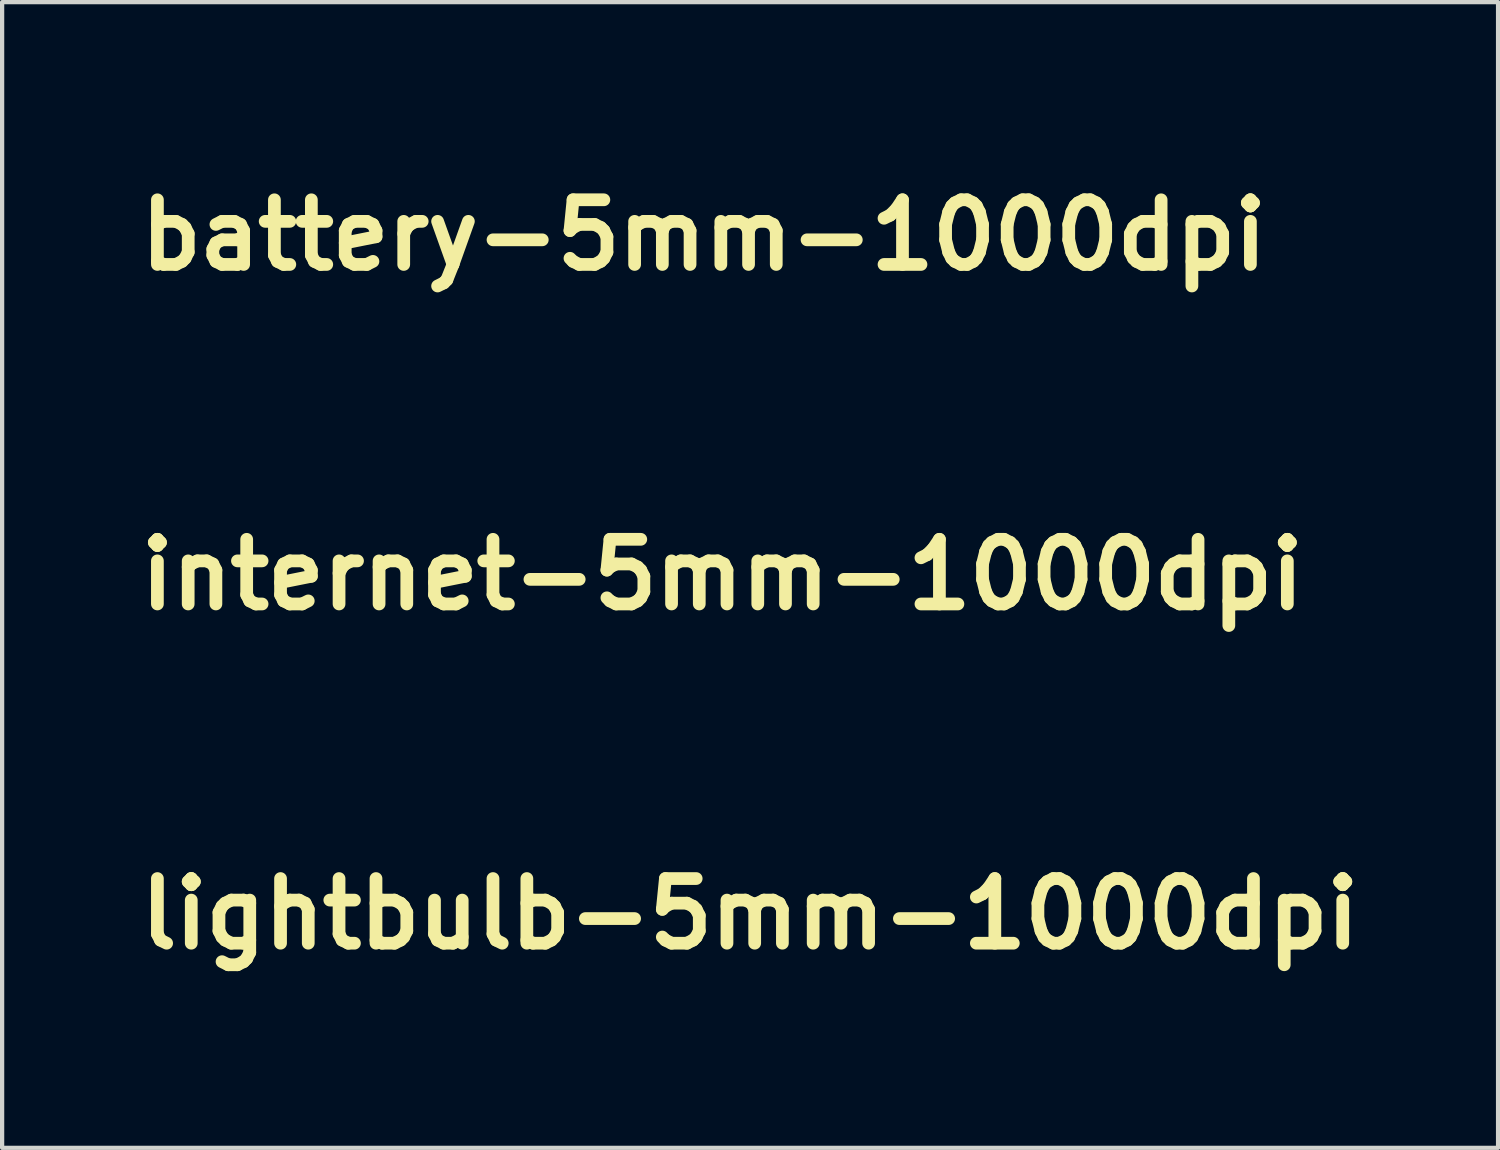
<source format=kicad_pcb>
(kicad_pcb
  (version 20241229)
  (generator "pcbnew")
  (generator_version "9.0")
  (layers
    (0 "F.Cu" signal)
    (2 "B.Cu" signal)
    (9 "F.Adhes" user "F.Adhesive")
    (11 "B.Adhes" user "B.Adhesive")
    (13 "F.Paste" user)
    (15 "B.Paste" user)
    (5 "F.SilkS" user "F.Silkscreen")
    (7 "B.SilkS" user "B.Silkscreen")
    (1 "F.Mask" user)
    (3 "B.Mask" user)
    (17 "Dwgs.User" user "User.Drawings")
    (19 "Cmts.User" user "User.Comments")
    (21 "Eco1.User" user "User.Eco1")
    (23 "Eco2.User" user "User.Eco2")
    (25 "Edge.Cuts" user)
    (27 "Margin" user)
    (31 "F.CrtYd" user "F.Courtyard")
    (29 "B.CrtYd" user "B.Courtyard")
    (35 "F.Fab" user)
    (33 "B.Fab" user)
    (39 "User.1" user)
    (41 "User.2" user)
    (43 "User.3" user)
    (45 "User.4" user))
  (footprint "lightbulb-5mm-1000dpi"
    (layer "F.Cu")
    (at 14.63 18.493)
    (property "Reference" "lightbulb-5mm-1000dpi" (at 0 0 0) (layer "F.SilkS") (effects (font (size 1.524 1.524) (thickness 0.3))))
    (attr board_only exclude_from_pos_files exclude_from_bom)
    (fp_poly (pts (xy 0.199 -2.479) (xy 0.418 -2.451) (xy 0.768 -2.365) (xy 1.096 -2.235) (xy 1.397 -2.064) (xy 1.67 -1.854) (xy 1.911 -1.609) (xy 2.118 -1.33) (xy 2.287 -1.021) (xy 2.417 -0.683) (xy 2.457 -0.539) (xy 2.481 -0.401) (xy 2.496 -0.228) (xy 2.502 -0.034) (xy 2.498 0.165) (xy 2.486 0.354) (xy 2.465 0.519) (xy 2.444 0.613) (xy 2.327 0.952) (xy 2.169 1.266) (xy 1.975 1.55) (xy 1.747 1.804) (xy 1.49 2.023) (xy 1.207 2.205) (xy 0.902 2.348) (xy 0.577 2.448) (xy 0.238 2.502) (xy -0.01 2.512) (xy -0.145 2.507) (xy -0.29 2.495) (xy -0.417 2.478) (xy -0.434 2.475) (xy -0.772 2.389) (xy -1.088 2.26) (xy -1.379 2.091) (xy -1.643 1.886) (xy -1.877 1.648) (xy -1.973 1.52) (xy -0.377 1.52) (xy -0.376 1.57) (xy -0.363 1.632) (xy -0.331 1.676) (xy -0.273 1.704) (xy -0.182 1.72) (xy -0.051 1.726) (xy 0.013 1.726) (xy 0.146 1.723) (xy 0.253 1.713) (xy 0.321 1.698) (xy 0.33 1.694) (xy 0.379 1.653) (xy 0.4 1.583) (xy 0.401 1.57) (xy 0.4 1.504) (xy 0.379 1.457) (xy 0.331 1.426) (xy 0.25 1.407) (xy 0.13 1.399) (xy 0.013 1.397) (xy -0.14 1.4) (xy -0.249 1.411) (xy -0.321 1.433) (xy -0.361 1.468) (xy -0.377 1.52) (xy -1.973 1.52) (xy -2.077 1.382) (xy -2.218 1.132) (xy -0.537 1.132) (xy -0.503 1.205) (xy -0.483 1.224) (xy -0.457 1.241) (xy -0.421 1.253) (xy -0.368 1.262) (xy -0.289 1.267) (xy -0.177 1.269) (xy -0.024 1.27) (xy 0.013 1.27) (xy 0.175 1.269) (xy 0.295 1.267) (xy 0.38 1.263) (xy 0.437 1.255) (xy 0.476 1.244) (xy 0.503 1.228) (xy 0.508 1.224) (xy 0.556 1.157) (xy 0.562 1.078) (xy 0.528 1.005) (xy 0.508 0.986) (xy 0.482 0.969) (xy 0.446 0.957) (xy 0.393 0.948) (xy 0.315 0.943) (xy 0.203 0.941) (xy 0.049 0.94) (xy 0.013 0.94) (xy -0.15 0.94) (xy -0.269 0.943) (xy -0.354 0.947) (xy -0.412 0.955) (xy -0.45 0.966) (xy -0.478 0.982) (xy -0.483 0.986) (xy -0.53 1.053) (xy -0.537 1.132) (xy -2.218 1.132) (xy -2.24 1.092) (xy -2.365 0.78) (xy -2.404 0.623) (xy -0.54 0.623) (xy -0.523 0.692) (xy -0.495 0.737) (xy -0.475 0.755) (xy -0.448 0.768) (xy -0.407 0.777) (xy -0.344 0.783) (xy -0.25 0.786) (xy -0.12 0.787) (xy 0.013 0.787) (xy 0.178 0.787) (xy 0.299 0.785) (xy 0.385 0.782) (xy 0.443 0.776) (xy 0.481 0.766) (xy 0.505 0.752) (xy 0.52 0.737) (xy 0.555 0.674) (xy 0.565 0.623) (xy 0.555 0.554) (xy 0.518 0.511) (xy 0.448 0.489) (xy 0.34 0.483) (xy 0.178 0.483) (xy 0.178 0.152) (xy 0.178 0.016) (xy 0.181 -0.077) (xy 0.187 -0.135) (xy 0.197 -0.165) (xy 0.211 -0.177) (xy 0.22 -0.178) (xy 0.286 -0.2) (xy 0.332 -0.254) (xy 0.353 -0.326) (xy 0.344 -0.399) (xy 0.316 -0.443) (xy 0.269 -0.463) (xy 0.185 -0.478) (xy 0.08 -0.485) (xy -0.034 -0.485) (xy -0.142 -0.479) (xy -0.231 -0.466) (xy -0.285 -0.447) (xy -0.29 -0.443) (xy -0.324 -0.379) (xy -0.325 -0.305) (xy -0.297 -0.237) (xy -0.246 -0.189) (xy -0.199 -0.178) (xy -0.18 -0.174) (xy -0.167 -0.158) (xy -0.159 -0.12) (xy -0.154 -0.054) (xy -0.153 0.049) (xy -0.152 0.152) (xy -0.152 0.483) (xy -0.314 0.483) (xy -0.425 0.489) (xy -0.495 0.512) (xy -0.53 0.556) (xy -0.54 0.623) (xy -2.404 0.623) (xy -2.447 0.451) (xy -2.484 0.109) (xy -2.481 -0.125) (xy -2.445 -0.417) (xy -1.104 -0.417) (xy -1.06 -0.189) (xy -0.991 -0.013) (xy -0.911 0.129) (xy -0.827 0.235) (xy -0.744 0.304) (xy -0.665 0.333) (xy -0.595 0.319) (xy -0.548 0.274) (xy -0.518 0.22) (xy -0.513 0.168) (xy -0.537 0.106) (xy -0.593 0.023) (xy -0.611 -0.001) (xy -0.711 -0.173) (xy -0.767 -0.354) (xy -0.781 -0.538) (xy -0.755 -0.717) (xy -0.69 -0.884) (xy -0.59 -1.033) (xy -0.455 -1.155) (xy -0.287 -1.244) (xy -0.282 -1.246) (xy -0.123 -1.285) (xy 0.051 -1.293) (xy 0.221 -1.271) (xy 0.361 -1.224) (xy 0.526 -1.117) (xy 0.655 -0.98) (xy 0.746 -0.82) (xy 0.797 -0.645) (xy 0.807 -0.461) (xy 0.774 -0.275) (xy 0.697 -0.095) (xy 0.636 -0.001) (xy 0.573 0.089) (xy 0.542 0.155) (xy 0.54 0.208) (xy 0.564 0.26) (xy 0.573 0.274) (xy 0.633 0.324) (xy 0.705 0.33) (xy 0.786 0.295) (xy 0.87 0.221) (xy 0.952 0.112) (xy 1.021 -0.016) (xy 1.102 -0.233) (xy 1.136 -0.443) (xy 1.125 -0.658) (xy 1.124 -0.664) (xy 1.066 -0.889) (xy 0.97 -1.088) (xy 0.842 -1.258) (xy 0.687 -1.398) (xy 0.51 -1.506) (xy 0.318 -1.58) (xy 0.116 -1.618) (xy -0.09 -1.619) (xy -0.295 -1.581) (xy -0.493 -1.502) (xy -0.678 -1.38) (xy -0.8 -1.266) (xy -0.946 -1.073) (xy -1.046 -0.864) (xy -1.099 -0.643) (xy -1.104 -0.417) (xy -2.445 -0.417) (xy -2.438 -0.469) (xy -2.351 -0.795) (xy -2.222 -1.102) (xy -2.055 -1.385) (xy -1.855 -1.643) (xy -1.624 -1.871) (xy -1.366 -2.068) (xy -1.085 -2.231) (xy -0.785 -2.356) (xy -0.468 -2.441) (xy -0.139 -2.483)) (stroke (width 0) (type solid)) (fill yes) (layer "F.Mask")))
  (footprint "internet-5mm-1000dpi"
    (layer "F.Cu")
    (at 13.977 10.497)
    (property "Reference" "internet-5mm-1000dpi" (at 0 0 0) (layer "F.SilkS") (effects (font (size 1.524 1.524) (thickness 0.3))))
    (attr board_only exclude_from_pos_files exclude_from_bom)
    (fp_poly (pts (xy 0.434 -1.587) (xy 0.495 -1.572) (xy 0.709 -1.492) (xy 0.92 -1.37) (xy 1.117 -1.214) (xy 1.291 -1.034) (xy 1.431 -0.837) (xy 1.465 -0.775) (xy 1.536 -0.629) (xy 1.585 -0.503) (xy 1.618 -0.374) (xy 1.644 -0.221) (xy 1.649 -0.179) (xy 1.659 -0.016) (xy 1.641 0.106) (xy 1.595 0.19) (xy 1.517 0.238) (xy 1.408 0.254) (xy 1.408 0.254) (xy 1.303 0.233) (xy 1.223 0.177) (xy 1.176 0.094) (xy 1.168 0.038) (xy 1.144 -0.187) (xy 1.075 -0.404) (xy 0.965 -0.607) (xy 0.821 -0.785) (xy 0.648 -0.931) (xy 0.523 -1.005) (xy 0.295 -1.093) (xy 0.072 -1.132) (xy -0.15 -1.121) (xy -0.374 -1.06) (xy -0.472 -1.019) (xy -0.664 -0.902) (xy -0.831 -0.747) (xy -0.967 -0.562) (xy -1.068 -0.355) (xy -1.128 -0.136) (xy -1.143 0.038) (xy -1.166 0.132) (xy -1.228 0.205) (xy -1.32 0.247) (xy -1.382 0.254) (xy -1.464 0.245) (xy -1.532 0.222) (xy -1.543 0.215) (xy -1.599 0.148) (xy -1.629 0.044) (xy -1.631 -0.1) (xy -1.623 -0.183) (xy -1.565 -0.465) (xy -1.464 -0.722) (xy -1.317 -0.958) (xy -1.151 -1.15) (xy -0.93 -1.337) (xy -0.688 -1.48) (xy -0.426 -1.578) (xy -0.15 -1.629) (xy 0.138 -1.632)) (stroke (width 0) (type solid)) (fill yes) (layer "F.Mask"))
    (fp_poly (pts (xy 0.339 -2.467) (xy 0.428 -2.454) (xy 0.767 -2.37) (xy 1.085 -2.242) (xy 1.38 -2.075) (xy 1.649 -1.871) (xy 1.887 -1.634) (xy 2.092 -1.368) (xy 2.26 -1.078) (xy 2.387 -0.765) (xy 2.472 -0.435) (xy 2.506 -0.152) (xy 2.513 -0.039) (xy 2.513 0.036) (xy 2.506 0.086) (xy 2.489 0.124) (xy 2.46 0.163) (xy 2.452 0.172) (xy 2.397 0.226) (xy 2.339 0.25) (xy 2.272 0.254) (xy 2.17 0.24) (xy 2.094 0.195) (xy 2.062 0.164) (xy 2.04 0.126) (xy 2.025 0.072) (xy 2.014 -0.011) (xy 2.004 -0.115) (xy 1.953 -0.44) (xy 1.857 -0.742) (xy 1.718 -1.02) (xy 1.539 -1.27) (xy 1.323 -1.489) (xy 1.071 -1.675) (xy 0.786 -1.825) (xy 0.559 -1.909) (xy 0.47 -1.934) (xy 0.387 -1.951) (xy 0.294 -1.962) (xy 0.179 -1.967) (xy 0.029 -1.968) (xy 0.013 -1.968) (xy -0.142 -1.967) (xy -0.26 -1.962) (xy -0.354 -1.952) (xy -0.437 -1.936) (xy -0.525 -1.912) (xy -0.533 -1.909) (xy -0.842 -1.788) (xy -1.118 -1.628) (xy -1.361 -1.433) (xy -1.567 -1.206) (xy -1.735 -0.948) (xy -1.862 -0.663) (xy -1.946 -0.353) (xy -1.979 -0.115) (xy -1.99 0.002) (xy -2.001 0.081) (xy -2.017 0.132) (xy -2.04 0.168) (xy -2.068 0.195) (xy -2.148 0.241) (xy -2.247 0.254) (xy -2.327 0.247) (xy -2.382 0.219) (xy -2.423 0.176) (xy -2.464 0.108) (xy -2.485 0.017) (xy -2.489 -0.103) (xy -2.475 -0.259) (xy -2.45 -0.419) (xy -2.367 -0.754) (xy -2.238 -1.071) (xy -2.068 -1.366) (xy -1.859 -1.635) (xy -1.617 -1.875) (xy -1.343 -2.081) (xy -1.042 -2.25) (xy -0.718 -2.378) (xy -0.589 -2.415) (xy -0.377 -2.456) (xy -0.137 -2.479) (xy 0.108 -2.483)) (stroke (width 0) (type solid)) (fill yes) (layer "F.Mask"))
    (fp_poly (pts (xy 0.154 -0.722) (xy 0.327 -0.668) (xy 0.484 -0.572) (xy 0.544 -0.519) (xy 0.656 -0.374) (xy 0.726 -0.213) (xy 0.757 -0.042) (xy 0.749 0.13) (xy 0.705 0.296) (xy 0.625 0.448) (xy 0.512 0.577) (xy 0.367 0.677) (xy 0.298 0.707) (xy 0.232 0.736) (xy 0.2 0.759) (xy 0.203 0.769) (xy 0.249 0.781) (xy 0.324 0.799) (xy 0.368 0.81) (xy 0.573 0.879) (xy 0.779 0.988) (xy 0.973 1.127) (xy 1.144 1.287) (xy 1.277 1.459) (xy 1.289 1.479) (xy 1.367 1.628) (xy 1.43 1.791) (xy 1.478 1.957) (xy 1.507 2.114) (xy 1.514 2.251) (xy 1.498 2.35) (xy 1.487 2.385) (xy 1.474 2.415) (xy 1.456 2.44) (xy 1.428 2.46) (xy 1.387 2.476) (xy 1.329 2.489) (xy 1.25 2.498) (xy 1.145 2.505) (xy 1.01 2.51) (xy 0.842 2.512) (xy 0.636 2.513) (xy 0.389 2.514) (xy 0.096 2.514) (xy 0.008 2.514) (xy -0.293 2.513) (xy -0.546 2.512) (xy -0.757 2.511) (xy -0.929 2.509) (xy -1.066 2.506) (xy -1.173 2.502) (xy -1.253 2.498) (xy -1.31 2.492) (xy -1.349 2.485) (xy -1.373 2.477) (xy -1.376 2.476) (xy -1.443 2.415) (xy -1.48 2.322) (xy -1.487 2.192) (xy -1.475 2.081) (xy -1.458 2.007) (xy -0.965 2.007) (xy 0.989 2.007) (xy 0.963 1.937) (xy 0.873 1.762) (xy 0.744 1.598) (xy 0.588 1.458) (xy 0.415 1.352) (xy 0.412 1.351) (xy 0.336 1.318) (xy 0.267 1.298) (xy 0.188 1.287) (xy 0.083 1.283) (xy 0.013 1.283) (xy -0.112 1.284) (xy -0.202 1.291) (xy -0.274 1.306) (xy -0.345 1.332) (xy -0.39 1.352) (xy -0.589 1.467) (xy -0.745 1.606) (xy -0.864 1.774) (xy -0.923 1.899) (xy -0.965 2.007) (xy -1.458 2.007) (xy -1.415 1.816) (xy -1.321 1.584) (xy -1.189 1.376) (xy -1.014 1.183) (xy -1.012 1.181) (xy -0.843 1.044) (xy -0.651 0.928) (xy -0.454 0.842) (xy -0.343 0.81) (xy -0.262 0.791) (xy -0.198 0.775) (xy -0.178 0.769) (xy -0.178 0.755) (xy -0.218 0.731) (xy -0.273 0.707) (xy -0.431 0.623) (xy -0.557 0.505) (xy -0.651 0.361) (xy -0.71 0.201) (xy -0.733 0.03) (xy -0.731 0.008) (xy -0.229 0.008) (xy -0.209 0.121) (xy -0.151 0.202) (xy -0.059 0.246) (xy 0.013 0.254) (xy 0.101 0.243) (xy 0.168 0.204) (xy 0.187 0.187) (xy 0.236 0.121) (xy 0.253 0.041) (xy 0.254 0.013) (xy 0.234 -0.098) (xy 0.175 -0.177) (xy 0.081 -0.221) (xy 0.008 -0.229) (xy -0.104 -0.21) (xy -0.181 -0.154) (xy -0.222 -0.063) (xy -0.229 0.008) (xy -0.731 0.008) (xy -0.719 -0.142) (xy -0.665 -0.309) (xy -0.57 -0.461) (xy -0.519 -0.519) (xy -0.371 -0.632) (xy -0.204 -0.704) (xy -0.026 -0.734)) (stroke (width 0) (type solid)) (fill yes) (layer "F.Mask")))
  (footprint "battery-5mm-1000dpi"
    (layer "F.Cu")
    (at 13.542 2.494)
    (property "Reference" "battery-5mm-1000dpi" (at 0 0 0) (layer "F.SilkS") (effects (font (size 1.524 1.524) (thickness 0.3))))
    (attr board_only exclude_from_pos_files exclude_from_bom)
    (fp_poly (pts (xy 0.333 -2.493) (xy 0.436 -2.487) (xy 0.506 -2.472) (xy 0.551 -2.445) (xy 0.575 -2.404) (xy 0.584 -2.344) (xy 0.586 -2.263) (xy 0.585 -2.178) (xy 0.585 -1.96) (xy -0.585 -1.96) (xy -0.585 -2.196) (xy -0.582 -2.326) (xy -0.572 -2.417) (xy -0.556 -2.463) (xy -0.555 -2.464) (xy -0.525 -2.475) (xy -0.459 -2.484) (xy -0.354 -2.49) (xy -0.205 -2.493) (xy -0.009 -2.494) (xy 0.004 -2.494) (xy 0.191 -2.494)) (stroke (width 0) (type solid)) (fill yes) (layer "F.Mask"))
    (fp_poly (pts (xy 1.279 -1.784) (xy 1.362 -1.709) (xy 1.368 0.291) (xy 1.37 0.662) (xy 1.37 0.985) (xy 1.371 1.264) (xy 1.371 1.503) (xy 1.37 1.703) (xy 1.369 1.87) (xy 1.367 2.006) (xy 1.364 2.114) (xy 1.361 2.199) (xy 1.357 2.262) (xy 1.351 2.308) (xy 1.346 2.34) (xy 1.339 2.362) (xy 1.336 2.367) (xy 1.318 2.401) (xy 1.298 2.43) (xy 1.273 2.454) (xy 1.238 2.473) (xy 1.188 2.488) (xy 1.12 2.5) (xy 1.028 2.508) (xy 0.909 2.513) (xy 0.757 2.517) (xy 0.569 2.519) (xy 0.34 2.519) (xy 0.066 2.52) (xy -0.005 2.52) (xy -0.278 2.519) (xy -0.506 2.519) (xy -0.691 2.518) (xy -0.84 2.516) (xy -0.956 2.514) (xy -1.045 2.51) (xy -1.111 2.506) (xy -1.158 2.499) (xy -1.192 2.492) (xy -1.218 2.482) (xy -1.236 2.472) (xy -1.3 2.418) (xy -1.344 2.353) (xy -1.345 2.351) (xy -1.351 2.323) (xy -1.356 2.269) (xy -1.36 2.186) (xy -1.364 2.071) (xy -1.366 1.922) (xy -1.368 1.737) (xy -1.37 1.512) (xy -1.37 1.246) (xy -1.37 0.937) (xy -1.369 0.58) (xy -1.368 0.284) (xy -1.368 0.14) (xy -0.806 0.14) (xy -0.441 0.147) (xy -0.311 0.15) (xy -0.202 0.154) (xy -0.122 0.158) (xy -0.08 0.161) (xy -0.076 0.162) (xy -0.086 0.187) (xy -0.112 0.253) (xy -0.152 0.355) (xy -0.205 0.487) (xy -0.268 0.642) (xy -0.338 0.815) (xy -0.369 0.892) (xy -0.442 1.072) (xy -0.508 1.236) (xy -0.565 1.379) (xy -0.611 1.494) (xy -0.644 1.577) (xy -0.66 1.621) (xy -0.662 1.626) (xy -0.66 1.63) (xy -0.652 1.625) (xy -0.637 1.608) (xy -0.611 1.576) (xy -0.573 1.526) (xy -0.519 1.454) (xy -0.449 1.357) (xy -0.359 1.232) (xy -0.246 1.076) (xy -0.11 0.886) (xy 0.053 0.658) (xy 0.097 0.598) (xy 0.808 -0.394) (xy 0.464 -0.407) (xy 0.121 -0.42) (xy 0.233 -0.56) (xy 0.306 -0.651) (xy 0.392 -0.76) (xy 0.474 -0.864) (xy 0.481 -0.872) (xy 0.616 -1.045) (xy 0.153 -1.038) (xy -0.31 -1.031) (xy -0.558 -0.445) (xy -0.806 0.14) (xy -1.368 0.14) (xy -1.362 -1.709) (xy -1.195 -1.858) (xy 1.195 -1.858)) (stroke (width 0) (type solid)) (fill yes) (layer "F.Mask")))
  (gr_rect
    (start -3 -3)
    (end 32.261 24.006)
    (stroke (width 0.1) (type default))
    (fill no)
    (layer "Edge.Cuts")))
</source>
